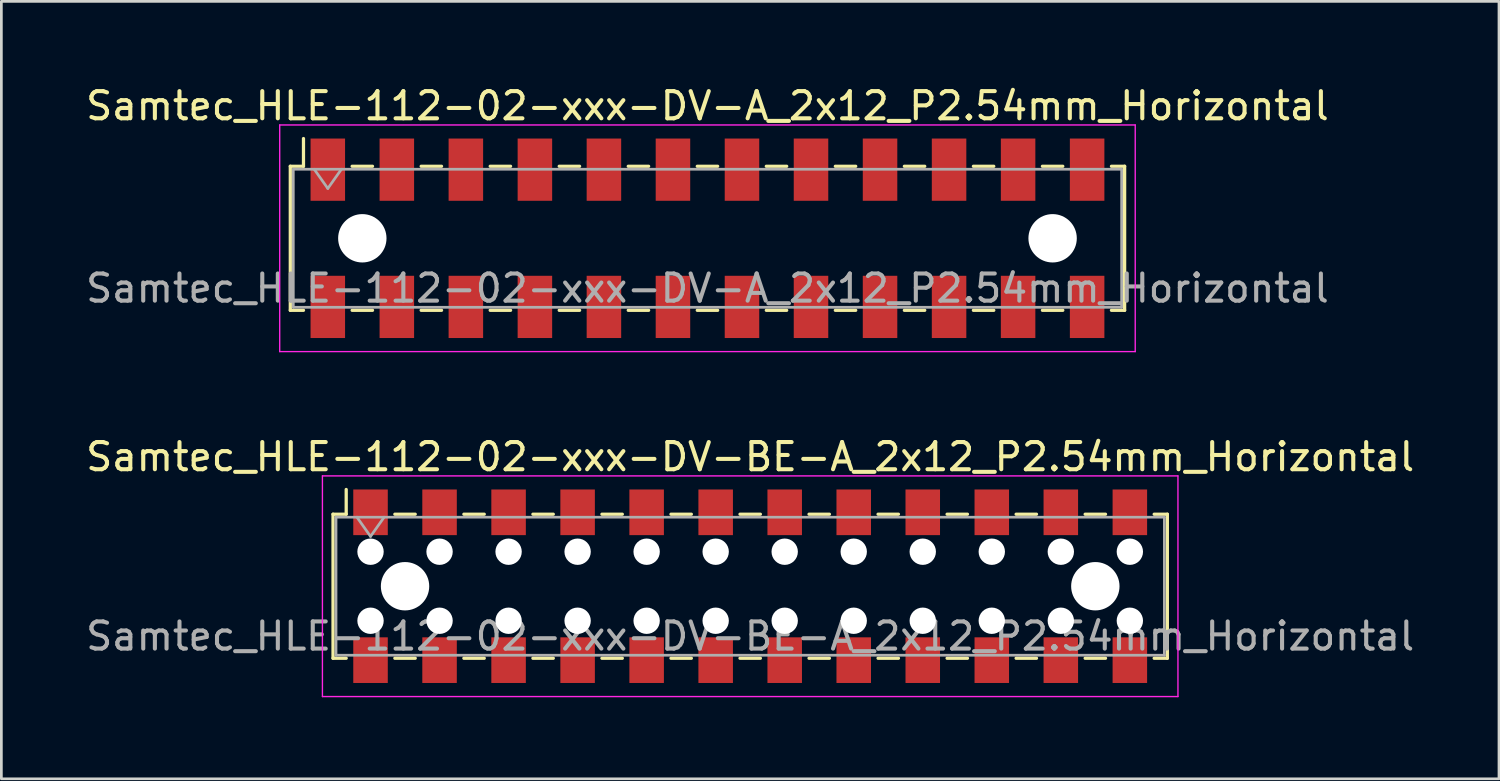
<source format=kicad_pcb>
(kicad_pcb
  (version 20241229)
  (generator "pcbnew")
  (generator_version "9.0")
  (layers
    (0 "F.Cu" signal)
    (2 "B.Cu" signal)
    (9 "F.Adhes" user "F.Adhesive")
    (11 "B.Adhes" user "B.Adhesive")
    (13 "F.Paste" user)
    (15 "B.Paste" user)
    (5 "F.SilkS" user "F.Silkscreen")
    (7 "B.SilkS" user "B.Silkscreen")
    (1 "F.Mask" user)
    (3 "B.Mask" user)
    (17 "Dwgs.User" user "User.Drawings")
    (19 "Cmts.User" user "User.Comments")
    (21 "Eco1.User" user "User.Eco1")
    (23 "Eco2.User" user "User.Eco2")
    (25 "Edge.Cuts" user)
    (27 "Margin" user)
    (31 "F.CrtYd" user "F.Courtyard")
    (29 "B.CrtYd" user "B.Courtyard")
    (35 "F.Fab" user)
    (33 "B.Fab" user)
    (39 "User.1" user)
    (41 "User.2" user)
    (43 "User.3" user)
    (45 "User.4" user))
  (footprint "Samtec_HLE-112-02-xxx-DV-A_2x12_P2.54mm_Horizontal"
    (layer "F.Cu")
    (at 22.982 5.718)
    (property "Reference" "Samtec_HLE-112-02-xxx-DV-A_2x12_P2.54mm_Horizontal" (at 0 -4.87 0) (layer "F.SilkS") (effects (font (size 1 1) (thickness 0.15))))
    (attr smd)
    (fp_line (start -15.35 -2.65) (end -15.35 2.65) (stroke (width 0.12) (type solid)) (layer "F.SilkS"))
    (fp_line (start -15.35 2.65) (end -14.865 2.65) (stroke (width 0.12) (type solid)) (layer "F.SilkS"))
    (fp_line (start -14.865 -3.67) (end -14.865 -2.65) (stroke (width 0.12) (type solid)) (layer "F.SilkS"))
    (fp_line (start -14.865 -2.65) (end -15.35 -2.65) (stroke (width 0.12) (type solid)) (layer "F.SilkS"))
    (fp_line (start -13.075 -2.65) (end -12.325 -2.65) (stroke (width 0.12) (type solid)) (layer "F.SilkS"))
    (fp_line (start -13.075 2.65) (end -12.325 2.65) (stroke (width 0.12) (type solid)) (layer "F.SilkS"))
    (fp_line (start -10.535 -2.65) (end -9.785 -2.65) (stroke (width 0.12) (type solid)) (layer "F.SilkS"))
    (fp_line (start -10.535 2.65) (end -9.785 2.65) (stroke (width 0.12) (type solid)) (layer "F.SilkS"))
    (fp_line (start -7.995 -2.65) (end -7.245 -2.65) (stroke (width 0.12) (type solid)) (layer "F.SilkS"))
    (fp_line (start -7.995 2.65) (end -7.245 2.65) (stroke (width 0.12) (type solid)) (layer "F.SilkS"))
    (fp_line (start -5.455 -2.65) (end -4.705 -2.65) (stroke (width 0.12) (type solid)) (layer "F.SilkS"))
    (fp_line (start -5.455 2.65) (end -4.705 2.65) (stroke (width 0.12) (type solid)) (layer "F.SilkS"))
    (fp_line (start -2.915 -2.65) (end -2.165 -2.65) (stroke (width 0.12) (type solid)) (layer "F.SilkS"))
    (fp_line (start -2.915 2.65) (end -2.165 2.65) (stroke (width 0.12) (type solid)) (layer "F.SilkS"))
    (fp_line (start -0.375 -2.65) (end 0.375 -2.65) (stroke (width 0.12) (type solid)) (layer "F.SilkS"))
    (fp_line (start -0.375 2.65) (end 0.375 2.65) (stroke (width 0.12) (type solid)) (layer "F.SilkS"))
    (fp_line (start 2.165 -2.65) (end 2.915 -2.65) (stroke (width 0.12) (type solid)) (layer "F.SilkS"))
    (fp_line (start 2.165 2.65) (end 2.915 2.65) (stroke (width 0.12) (type solid)) (layer "F.SilkS"))
    (fp_line (start 4.705 -2.65) (end 5.455 -2.65) (stroke (width 0.12) (type solid)) (layer "F.SilkS"))
    (fp_line (start 4.705 2.65) (end 5.455 2.65) (stroke (width 0.12) (type solid)) (layer "F.SilkS"))
    (fp_line (start 7.245 -2.65) (end 7.995 -2.65) (stroke (width 0.12) (type solid)) (layer "F.SilkS"))
    (fp_line (start 7.245 2.65) (end 7.995 2.65) (stroke (width 0.12) (type solid)) (layer "F.SilkS"))
    (fp_line (start 9.785 -2.65) (end 10.535 -2.65) (stroke (width 0.12) (type solid)) (layer "F.SilkS"))
    (fp_line (start 9.785 2.65) (end 10.535 2.65) (stroke (width 0.12) (type solid)) (layer "F.SilkS"))
    (fp_line (start 12.325 -2.65) (end 13.075 -2.65) (stroke (width 0.12) (type solid)) (layer "F.SilkS"))
    (fp_line (start 12.325 2.65) (end 13.075 2.65) (stroke (width 0.12) (type solid)) (layer "F.SilkS"))
    (fp_line (start 14.865 -2.65) (end 15.35 -2.65) (stroke (width 0.12) (type solid)) (layer "F.SilkS"))
    (fp_line (start 15.35 -2.65) (end 15.35 2.65) (stroke (width 0.12) (type solid)) (layer "F.SilkS"))
    (fp_line (start 15.35 2.65) (end 14.865 2.65) (stroke (width 0.12) (type solid)) (layer "F.SilkS"))
    (fp_line (start -15.74 -4.17) (end 15.74 -4.17) (stroke (width 0.05) (type solid)) (layer "F.CrtYd"))
    (fp_line (start -15.74 4.17) (end -15.74 -4.17) (stroke (width 0.05) (type solid)) (layer "F.CrtYd"))
    (fp_line (start 15.74 -4.17) (end 15.74 4.17) (stroke (width 0.05) (type solid)) (layer "F.CrtYd"))
    (fp_line (start 15.74 4.17) (end -15.74 4.17) (stroke (width 0.05) (type solid)) (layer "F.CrtYd"))
    (fp_line (start -15.24 -2.54) (end 15.24 -2.54) (stroke (width 0.1) (type solid)) (layer "F.Fab"))
    (fp_line (start -15.24 2.54) (end -15.24 -2.54) (stroke (width 0.1) (type solid)) (layer "F.Fab"))
    (fp_line (start -14.47 -2.54) (end -13.97 -1.833) (stroke (width 0.1) (type solid)) (layer "F.Fab"))
    (fp_line (start -13.97 -1.833) (end -13.47 -2.54) (stroke (width 0.1) (type solid)) (layer "F.Fab"))
    (fp_line (start 15.24 -2.54) (end 15.24 2.54) (stroke (width 0.1) (type solid)) (layer "F.Fab"))
    (fp_line (start 15.24 2.54) (end -15.24 2.54) (stroke (width 0.1) (type solid)) (layer "F.Fab"))
    (fp_text user "${REFERENCE}" (at 0 1.84 0) (layer "F.Fab") (effects (font (size 1 1) (thickness 0.15))))
    (pad "" np_thru_hole circle (at -12.7 0) (size 1.78 1.78) (drill 1.78) (layers "*.Cu" "*.Mask"))
    (pad "" np_thru_hole circle (at 12.7 0) (size 1.78 1.78) (drill 1.78) (layers "*.Cu" "*.Mask"))
    (pad "1" smd rect (at -13.97 -2.525) (size 1.27 2.29) (layers "F.Cu" "F.Mask" "F.Paste"))
    (pad "2" smd rect (at -13.97 2.525) (size 1.27 2.29) (layers "F.Cu" "F.Mask" "F.Paste"))
    (pad "3" smd rect (at -11.43 -2.525) (size 1.27 2.29) (layers "F.Cu" "F.Mask" "F.Paste"))
    (pad "4" smd rect (at -11.43 2.525) (size 1.27 2.29) (layers "F.Cu" "F.Mask" "F.Paste"))
    (pad "5" smd rect (at -8.89 -2.525) (size 1.27 2.29) (layers "F.Cu" "F.Mask" "F.Paste"))
    (pad "6" smd rect (at -8.89 2.525) (size 1.27 2.29) (layers "F.Cu" "F.Mask" "F.Paste"))
    (pad "7" smd rect (at -6.35 -2.525) (size 1.27 2.29) (layers "F.Cu" "F.Mask" "F.Paste"))
    (pad "8" smd rect (at -6.35 2.525) (size 1.27 2.29) (layers "F.Cu" "F.Mask" "F.Paste"))
    (pad "9" smd rect (at -3.81 -2.525) (size 1.27 2.29) (layers "F.Cu" "F.Mask" "F.Paste"))
    (pad "10" smd rect (at -3.81 2.525) (size 1.27 2.29) (layers "F.Cu" "F.Mask" "F.Paste"))
    (pad "11" smd rect (at -1.27 -2.525) (size 1.27 2.29) (layers "F.Cu" "F.Mask" "F.Paste"))
    (pad "12" smd rect (at -1.27 2.525) (size 1.27 2.29) (layers "F.Cu" "F.Mask" "F.Paste"))
    (pad "13" smd rect (at 1.27 -2.525) (size 1.27 2.29) (layers "F.Cu" "F.Mask" "F.Paste"))
    (pad "14" smd rect (at 1.27 2.525) (size 1.27 2.29) (layers "F.Cu" "F.Mask" "F.Paste"))
    (pad "15" smd rect (at 3.81 -2.525) (size 1.27 2.29) (layers "F.Cu" "F.Mask" "F.Paste"))
    (pad "16" smd rect (at 3.81 2.525) (size 1.27 2.29) (layers "F.Cu" "F.Mask" "F.Paste"))
    (pad "17" smd rect (at 6.35 -2.525) (size 1.27 2.29) (layers "F.Cu" "F.Mask" "F.Paste"))
    (pad "18" smd rect (at 6.35 2.525) (size 1.27 2.29) (layers "F.Cu" "F.Mask" "F.Paste"))
    (pad "19" smd rect (at 8.89 -2.525) (size 1.27 2.29) (layers "F.Cu" "F.Mask" "F.Paste"))
    (pad "20" smd rect (at 8.89 2.525) (size 1.27 2.29) (layers "F.Cu" "F.Mask" "F.Paste"))
    (pad "21" smd rect (at 11.43 -2.525) (size 1.27 2.29) (layers "F.Cu" "F.Mask" "F.Paste"))
    (pad "22" smd rect (at 11.43 2.525) (size 1.27 2.29) (layers "F.Cu" "F.Mask" "F.Paste"))
    (pad "23" smd rect (at 13.97 -2.525) (size 1.27 2.29) (layers "F.Cu" "F.Mask" "F.Paste"))
    (pad "24" smd rect (at 13.97 2.525) (size 1.27 2.29) (layers "F.Cu" "F.Mask" "F.Paste")))
  (footprint "Samtec_HLE-112-02-xxx-DV-BE-A_2x12_P2.54mm_Horizontal"
    (layer "F.Cu")
    (at 24.554 18.521)
    (property "Reference" "Samtec_HLE-112-02-xxx-DV-BE-A_2x12_P2.54mm_Horizontal" (at 0 -4.76 0) (layer "F.SilkS") (effects (font (size 1 1) (thickness 0.15))))
    (attr smd)
    (fp_line (start -15.35 -2.65) (end -15.35 2.65) (stroke (width 0.12) (type solid)) (layer "F.SilkS"))
    (fp_line (start -15.35 2.65) (end -14.865 2.65) (stroke (width 0.12) (type solid)) (layer "F.SilkS"))
    (fp_line (start -14.865 -3.56) (end -14.865 -2.65) (stroke (width 0.12) (type solid)) (layer "F.SilkS"))
    (fp_line (start -14.865 -2.65) (end -15.35 -2.65) (stroke (width 0.12) (type solid)) (layer "F.SilkS"))
    (fp_line (start -13.075 -2.65) (end -12.325 -2.65) (stroke (width 0.12) (type solid)) (layer "F.SilkS"))
    (fp_line (start -13.075 2.65) (end -12.325 2.65) (stroke (width 0.12) (type solid)) (layer "F.SilkS"))
    (fp_line (start -10.535 -2.65) (end -9.785 -2.65) (stroke (width 0.12) (type solid)) (layer "F.SilkS"))
    (fp_line (start -10.535 2.65) (end -9.785 2.65) (stroke (width 0.12) (type solid)) (layer "F.SilkS"))
    (fp_line (start -7.995 -2.65) (end -7.245 -2.65) (stroke (width 0.12) (type solid)) (layer "F.SilkS"))
    (fp_line (start -7.995 2.65) (end -7.245 2.65) (stroke (width 0.12) (type solid)) (layer "F.SilkS"))
    (fp_line (start -5.455 -2.65) (end -4.705 -2.65) (stroke (width 0.12) (type solid)) (layer "F.SilkS"))
    (fp_line (start -5.455 2.65) (end -4.705 2.65) (stroke (width 0.12) (type solid)) (layer "F.SilkS"))
    (fp_line (start -2.915 -2.65) (end -2.165 -2.65) (stroke (width 0.12) (type solid)) (layer "F.SilkS"))
    (fp_line (start -2.915 2.65) (end -2.165 2.65) (stroke (width 0.12) (type solid)) (layer "F.SilkS"))
    (fp_line (start -0.375 -2.65) (end 0.375 -2.65) (stroke (width 0.12) (type solid)) (layer "F.SilkS"))
    (fp_line (start -0.375 2.65) (end 0.375 2.65) (stroke (width 0.12) (type solid)) (layer "F.SilkS"))
    (fp_line (start 2.165 -2.65) (end 2.915 -2.65) (stroke (width 0.12) (type solid)) (layer "F.SilkS"))
    (fp_line (start 2.165 2.65) (end 2.915 2.65) (stroke (width 0.12) (type solid)) (layer "F.SilkS"))
    (fp_line (start 4.705 -2.65) (end 5.455 -2.65) (stroke (width 0.12) (type solid)) (layer "F.SilkS"))
    (fp_line (start 4.705 2.65) (end 5.455 2.65) (stroke (width 0.12) (type solid)) (layer "F.SilkS"))
    (fp_line (start 7.245 -2.65) (end 7.995 -2.65) (stroke (width 0.12) (type solid)) (layer "F.SilkS"))
    (fp_line (start 7.245 2.65) (end 7.995 2.65) (stroke (width 0.12) (type solid)) (layer "F.SilkS"))
    (fp_line (start 9.785 -2.65) (end 10.535 -2.65) (stroke (width 0.12) (type solid)) (layer "F.SilkS"))
    (fp_line (start 9.785 2.65) (end 10.535 2.65) (stroke (width 0.12) (type solid)) (layer "F.SilkS"))
    (fp_line (start 12.325 -2.65) (end 13.075 -2.65) (stroke (width 0.12) (type solid)) (layer "F.SilkS"))
    (fp_line (start 12.325 2.65) (end 13.075 2.65) (stroke (width 0.12) (type solid)) (layer "F.SilkS"))
    (fp_line (start 14.865 -2.65) (end 15.35 -2.65) (stroke (width 0.12) (type solid)) (layer "F.SilkS"))
    (fp_line (start 15.35 -2.65) (end 15.35 2.65) (stroke (width 0.12) (type solid)) (layer "F.SilkS"))
    (fp_line (start 15.35 2.65) (end 14.865 2.65) (stroke (width 0.12) (type solid)) (layer "F.SilkS"))
    (fp_line (start -15.74 -4.06) (end 15.74 -4.06) (stroke (width 0.05) (type solid)) (layer "F.CrtYd"))
    (fp_line (start -15.74 4.06) (end -15.74 -4.06) (stroke (width 0.05) (type solid)) (layer "F.CrtYd"))
    (fp_line (start 15.74 -4.06) (end 15.74 4.06) (stroke (width 0.05) (type solid)) (layer "F.CrtYd"))
    (fp_line (start 15.74 4.06) (end -15.74 4.06) (stroke (width 0.05) (type solid)) (layer "F.CrtYd"))
    (fp_line (start -15.24 -2.54) (end 15.24 -2.54) (stroke (width 0.1) (type solid)) (layer "F.Fab"))
    (fp_line (start -15.24 2.54) (end -15.24 -2.54) (stroke (width 0.1) (type solid)) (layer "F.Fab"))
    (fp_line (start -14.47 -2.54) (end -13.97 -1.833) (stroke (width 0.1) (type solid)) (layer "F.Fab"))
    (fp_line (start -13.97 -1.833) (end -13.47 -2.54) (stroke (width 0.1) (type solid)) (layer "F.Fab"))
    (fp_line (start 15.24 -2.54) (end 15.24 2.54) (stroke (width 0.1) (type solid)) (layer "F.Fab"))
    (fp_line (start 15.24 2.54) (end -15.24 2.54) (stroke (width 0.1) (type solid)) (layer "F.Fab"))
    (fp_text user "${REFERENCE}" (at 0 1.84 0) (layer "F.Fab") (effects (font (size 1 1) (thickness 0.15))))
    (pad "" np_thru_hole circle (at -13.97 -1.27) (size 0.97 0.97) (drill 0.97) (layers "*.Cu" "*.Mask"))
    (pad "" np_thru_hole circle (at -13.97 1.27) (size 0.97 0.97) (drill 0.97) (layers "*.Cu" "*.Mask"))
    (pad "" np_thru_hole circle (at -12.7 0) (size 1.78 1.78) (drill 1.78) (layers "*.Cu" "*.Mask"))
    (pad "" np_thru_hole circle (at -11.43 -1.27) (size 0.97 0.97) (drill 0.97) (layers "*.Cu" "*.Mask"))
    (pad "" np_thru_hole circle (at -11.43 1.27) (size 0.97 0.97) (drill 0.97) (layers "*.Cu" "*.Mask"))
    (pad "" np_thru_hole circle (at -8.89 -1.27) (size 0.97 0.97) (drill 0.97) (layers "*.Cu" "*.Mask"))
    (pad "" np_thru_hole circle (at -8.89 1.27) (size 0.97 0.97) (drill 0.97) (layers "*.Cu" "*.Mask"))
    (pad "" np_thru_hole circle (at -6.35 -1.27) (size 0.97 0.97) (drill 0.97) (layers "*.Cu" "*.Mask"))
    (pad "" np_thru_hole circle (at -6.35 1.27) (size 0.97 0.97) (drill 0.97) (layers "*.Cu" "*.Mask"))
    (pad "" np_thru_hole circle (at -3.81 -1.27) (size 0.97 0.97) (drill 0.97) (layers "*.Cu" "*.Mask"))
    (pad "" np_thru_hole circle (at -3.81 1.27) (size 0.97 0.97) (drill 0.97) (layers "*.Cu" "*.Mask"))
    (pad "" np_thru_hole circle (at -1.27 -1.27) (size 0.97 0.97) (drill 0.97) (layers "*.Cu" "*.Mask"))
    (pad "" np_thru_hole circle (at -1.27 1.27) (size 0.97 0.97) (drill 0.97) (layers "*.Cu" "*.Mask"))
    (pad "" np_thru_hole circle (at 1.27 -1.27) (size 0.97 0.97) (drill 0.97) (layers "*.Cu" "*.Mask"))
    (pad "" np_thru_hole circle (at 1.27 1.27) (size 0.97 0.97) (drill 0.97) (layers "*.Cu" "*.Mask"))
    (pad "" np_thru_hole circle (at 3.81 -1.27) (size 0.97 0.97) (drill 0.97) (layers "*.Cu" "*.Mask"))
    (pad "" np_thru_hole circle (at 3.81 1.27) (size 0.97 0.97) (drill 0.97) (layers "*.Cu" "*.Mask"))
    (pad "" np_thru_hole circle (at 6.35 -1.27) (size 0.97 0.97) (drill 0.97) (layers "*.Cu" "*.Mask"))
    (pad "" np_thru_hole circle (at 6.35 1.27) (size 0.97 0.97) (drill 0.97) (layers "*.Cu" "*.Mask"))
    (pad "" np_thru_hole circle (at 8.89 -1.27) (size 0.97 0.97) (drill 0.97) (layers "*.Cu" "*.Mask"))
    (pad "" np_thru_hole circle (at 8.89 1.27) (size 0.97 0.97) (drill 0.97) (layers "*.Cu" "*.Mask"))
    (pad "" np_thru_hole circle (at 11.43 -1.27) (size 0.97 0.97) (drill 0.97) (layers "*.Cu" "*.Mask"))
    (pad "" np_thru_hole circle (at 11.43 1.27) (size 0.97 0.97) (drill 0.97) (layers "*.Cu" "*.Mask"))
    (pad "" np_thru_hole circle (at 12.7 0) (size 1.78 1.78) (drill 1.78) (layers "*.Cu" "*.Mask"))
    (pad "" np_thru_hole circle (at 13.97 -1.27) (size 0.97 0.97) (drill 0.97) (layers "*.Cu" "*.Mask"))
    (pad "" np_thru_hole circle (at 13.97 1.27) (size 0.97 0.97) (drill 0.97) (layers "*.Cu" "*.Mask"))
    (pad "1" smd rect (at -13.97 -2.72) (size 1.27 1.68) (layers "F.Cu" "F.Mask" "F.Paste"))
    (pad "2" smd rect (at -13.97 2.72) (size 1.27 1.68) (layers "F.Cu" "F.Mask" "F.Paste"))
    (pad "3" smd rect (at -11.43 -2.72) (size 1.27 1.68) (layers "F.Cu" "F.Mask" "F.Paste"))
    (pad "4" smd rect (at -11.43 2.72) (size 1.27 1.68) (layers "F.Cu" "F.Mask" "F.Paste"))
    (pad "5" smd rect (at -8.89 -2.72) (size 1.27 1.68) (layers "F.Cu" "F.Mask" "F.Paste"))
    (pad "6" smd rect (at -8.89 2.72) (size 1.27 1.68) (layers "F.Cu" "F.Mask" "F.Paste"))
    (pad "7" smd rect (at -6.35 -2.72) (size 1.27 1.68) (layers "F.Cu" "F.Mask" "F.Paste"))
    (pad "8" smd rect (at -6.35 2.72) (size 1.27 1.68) (layers "F.Cu" "F.Mask" "F.Paste"))
    (pad "9" smd rect (at -3.81 -2.72) (size 1.27 1.68) (layers "F.Cu" "F.Mask" "F.Paste"))
    (pad "10" smd rect (at -3.81 2.72) (size 1.27 1.68) (layers "F.Cu" "F.Mask" "F.Paste"))
    (pad "11" smd rect (at -1.27 -2.72) (size 1.27 1.68) (layers "F.Cu" "F.Mask" "F.Paste"))
    (pad "12" smd rect (at -1.27 2.72) (size 1.27 1.68) (layers "F.Cu" "F.Mask" "F.Paste"))
    (pad "13" smd rect (at 1.27 -2.72) (size 1.27 1.68) (layers "F.Cu" "F.Mask" "F.Paste"))
    (pad "14" smd rect (at 1.27 2.72) (size 1.27 1.68) (layers "F.Cu" "F.Mask" "F.Paste"))
    (pad "15" smd rect (at 3.81 -2.72) (size 1.27 1.68) (layers "F.Cu" "F.Mask" "F.Paste"))
    (pad "16" smd rect (at 3.81 2.72) (size 1.27 1.68) (layers "F.Cu" "F.Mask" "F.Paste"))
    (pad "17" smd rect (at 6.35 -2.72) (size 1.27 1.68) (layers "F.Cu" "F.Mask" "F.Paste"))
    (pad "18" smd rect (at 6.35 2.72) (size 1.27 1.68) (layers "F.Cu" "F.Mask" "F.Paste"))
    (pad "19" smd rect (at 8.89 -2.72) (size 1.27 1.68) (layers "F.Cu" "F.Mask" "F.Paste"))
    (pad "20" smd rect (at 8.89 2.72) (size 1.27 1.68) (layers "F.Cu" "F.Mask" "F.Paste"))
    (pad "21" smd rect (at 11.43 -2.72) (size 1.27 1.68) (layers "F.Cu" "F.Mask" "F.Paste"))
    (pad "22" smd rect (at 11.43 2.72) (size 1.27 1.68) (layers "F.Cu" "F.Mask" "F.Paste"))
    (pad "23" smd rect (at 13.97 -2.72) (size 1.27 1.68) (layers "F.Cu" "F.Mask" "F.Paste"))
    (pad "24" smd rect (at 13.97 2.72) (size 1.27 1.68) (layers "F.Cu" "F.Mask" "F.Paste")))
  (gr_rect
    (start -3 -3)
    (end 52.107 25.607)
    (stroke (width 0.1) (type default))
    (fill no)
    (layer "Edge.Cuts")))
</source>
